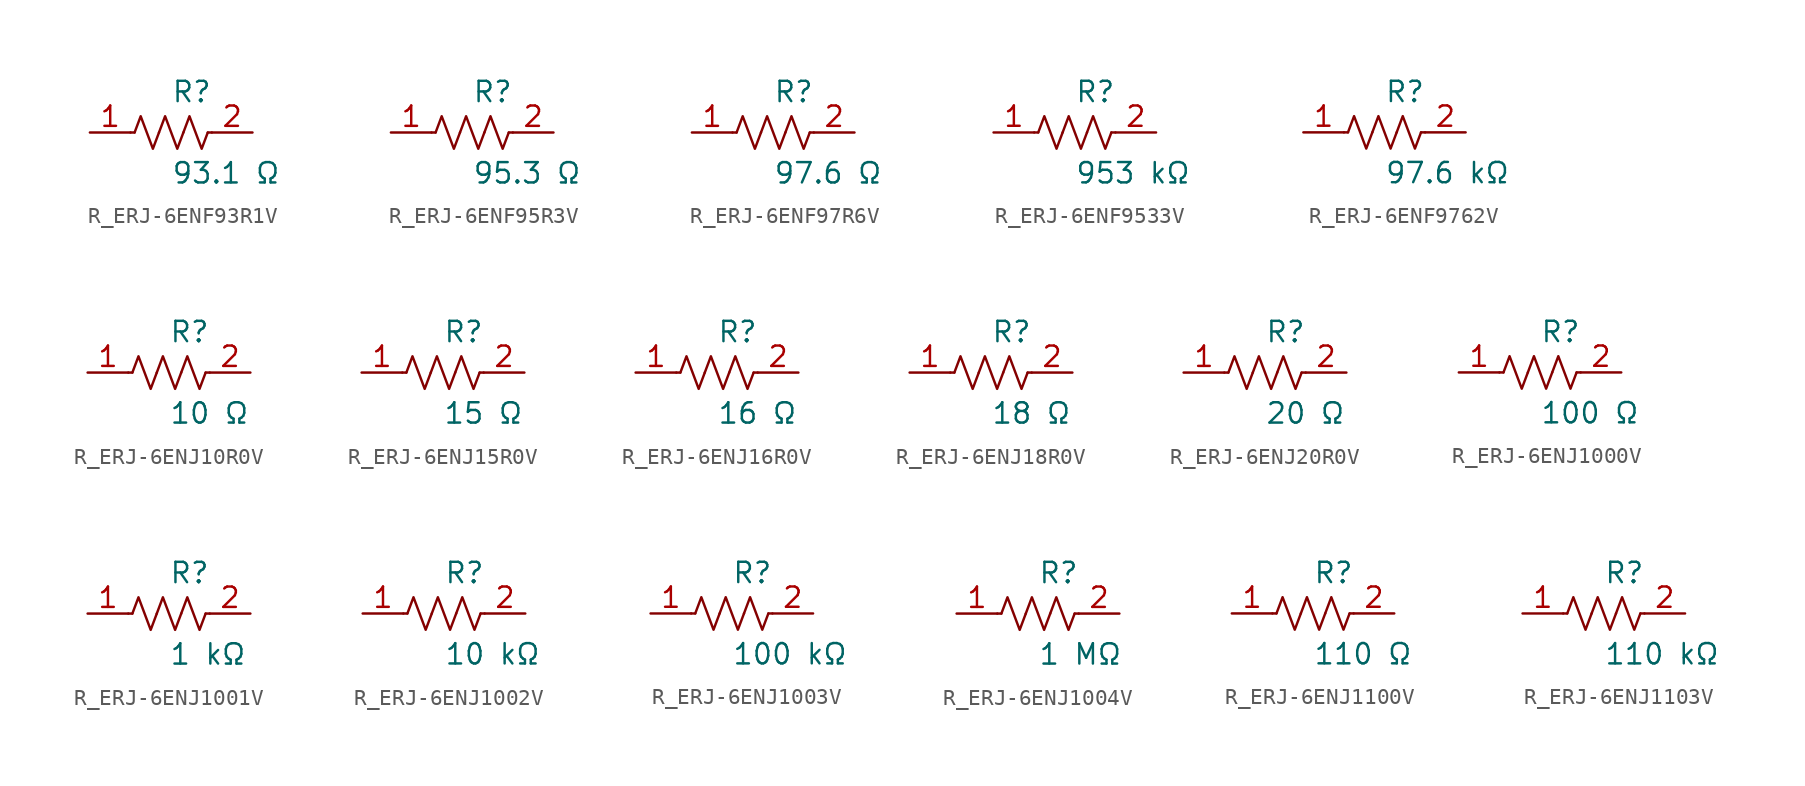
<source format=kicad_sym>
(kicad_symbol_lib
  (version 20231120)
  (generator kicad_symbol_editor)
  (generator_version 8.0)
  (symbol "R_ERJ-6ENF93R1V"
    (pin_names
      (offset 0.254))
    (property "Reference" "R"
      (at 0.0 2.54 0)
      (effects (font (size 1.27 1.27)) (justify left)))
    (property "Value" "93.1 Ω"
      (at 0.0 -2.54 0)
      (effects (font (size 1.27 1.27)) (justify left)))
    (symbol "R_ERJ-6ENF93R1V_0_1"
      (polyline (pts (xy 2.286 0) (xy 2.54 0)) (stroke (width 0) (type default)) (fill (type none)))
      (polyline (pts (xy -2.286 0) (xy -2.54 0)) (stroke (width 0) (type default)) (fill (type none)))
      (polyline (pts (xy 0.762 0) (xy 1.143 1.016) (xy 1.524 0) (xy 1.905 -1.016) (xy 2.286 0)) (stroke (width 0) (type default)) (fill (type none)))
      (polyline (pts (xy -0.762 0) (xy -0.381 1.016) (xy 0 0) (xy 0.381 -1.016) (xy 0.762 0)) (stroke (width 0) (type default)) (fill (type none)))
      (polyline (pts (xy -2.286 0) (xy -1.905 1.016) (xy -1.524 0) (xy -1.143 -1.016) (xy -0.762 0)) (stroke (width 0) (type default)) (fill (type none))))
    (pin unspecified line
      (at -5.08 0 0)
      (length 2.54)
      (name "" (effects (font (size 1.27 1.27))))
      (number "1" (effects (font (size 1.27 1.27)))))
    (pin unspecified line
      (at 5.08 0 180)
      (length 2.54)
      (name "" (effects (font (size 1.27 1.27))))
      (number "2" (effects (font (size 1.27 1.27))))))
  (symbol "R_ERJ-6ENF95R3V"
    (pin_names
      (offset 0.254))
    (property "Reference" "R"
      (at 0.0 2.54 0)
      (effects (font (size 1.27 1.27)) (justify left)))
    (property "Value" "95.3 Ω"
      (at 0.0 -2.54 0)
      (effects (font (size 1.27 1.27)) (justify left)))
    (symbol "R_ERJ-6ENF95R3V_0_1"
      (polyline (pts (xy 2.286 0) (xy 2.54 0)) (stroke (width 0) (type default)) (fill (type none)))
      (polyline (pts (xy -2.286 0) (xy -2.54 0)) (stroke (width 0) (type default)) (fill (type none)))
      (polyline (pts (xy 0.762 0) (xy 1.143 1.016) (xy 1.524 0) (xy 1.905 -1.016) (xy 2.286 0)) (stroke (width 0) (type default)) (fill (type none)))
      (polyline (pts (xy -0.762 0) (xy -0.381 1.016) (xy 0 0) (xy 0.381 -1.016) (xy 0.762 0)) (stroke (width 0) (type default)) (fill (type none)))
      (polyline (pts (xy -2.286 0) (xy -1.905 1.016) (xy -1.524 0) (xy -1.143 -1.016) (xy -0.762 0)) (stroke (width 0) (type default)) (fill (type none))))
    (pin unspecified line
      (at -5.08 0 0)
      (length 2.54)
      (name "" (effects (font (size 1.27 1.27))))
      (number "1" (effects (font (size 1.27 1.27)))))
    (pin unspecified line
      (at 5.08 0 180)
      (length 2.54)
      (name "" (effects (font (size 1.27 1.27))))
      (number "2" (effects (font (size 1.27 1.27))))))
  (symbol "R_ERJ-6ENF97R6V"
    (pin_names
      (offset 0.254))
    (property "Reference" "R"
      (at 0.0 2.54 0)
      (effects (font (size 1.27 1.27)) (justify left)))
    (property "Value" "97.6 Ω"
      (at 0.0 -2.54 0)
      (effects (font (size 1.27 1.27)) (justify left)))
    (symbol "R_ERJ-6ENF97R6V_0_1"
      (polyline (pts (xy 2.286 0) (xy 2.54 0)) (stroke (width 0) (type default)) (fill (type none)))
      (polyline (pts (xy -2.286 0) (xy -2.54 0)) (stroke (width 0) (type default)) (fill (type none)))
      (polyline (pts (xy 0.762 0) (xy 1.143 1.016) (xy 1.524 0) (xy 1.905 -1.016) (xy 2.286 0)) (stroke (width 0) (type default)) (fill (type none)))
      (polyline (pts (xy -0.762 0) (xy -0.381 1.016) (xy 0 0) (xy 0.381 -1.016) (xy 0.762 0)) (stroke (width 0) (type default)) (fill (type none)))
      (polyline (pts (xy -2.286 0) (xy -1.905 1.016) (xy -1.524 0) (xy -1.143 -1.016) (xy -0.762 0)) (stroke (width 0) (type default)) (fill (type none))))
    (pin unspecified line
      (at -5.08 0 0)
      (length 2.54)
      (name "" (effects (font (size 1.27 1.27))))
      (number "1" (effects (font (size 1.27 1.27)))))
    (pin unspecified line
      (at 5.08 0 180)
      (length 2.54)
      (name "" (effects (font (size 1.27 1.27))))
      (number "2" (effects (font (size 1.27 1.27))))))
  (symbol "R_ERJ-6ENF9533V"
    (pin_names
      (offset 0.254))
    (property "Reference" "R"
      (at 0.0 2.54 0)
      (effects (font (size 1.27 1.27)) (justify left)))
    (property "Value" "953 kΩ"
      (at 0.0 -2.54 0)
      (effects (font (size 1.27 1.27)) (justify left)))
    (symbol "R_ERJ-6ENF9533V_0_1"
      (polyline (pts (xy 2.286 0) (xy 2.54 0)) (stroke (width 0) (type default)) (fill (type none)))
      (polyline (pts (xy -2.286 0) (xy -2.54 0)) (stroke (width 0) (type default)) (fill (type none)))
      (polyline (pts (xy 0.762 0) (xy 1.143 1.016) (xy 1.524 0) (xy 1.905 -1.016) (xy 2.286 0)) (stroke (width 0) (type default)) (fill (type none)))
      (polyline (pts (xy -0.762 0) (xy -0.381 1.016) (xy 0 0) (xy 0.381 -1.016) (xy 0.762 0)) (stroke (width 0) (type default)) (fill (type none)))
      (polyline (pts (xy -2.286 0) (xy -1.905 1.016) (xy -1.524 0) (xy -1.143 -1.016) (xy -0.762 0)) (stroke (width 0) (type default)) (fill (type none))))
    (pin unspecified line
      (at -5.08 0 0)
      (length 2.54)
      (name "" (effects (font (size 1.27 1.27))))
      (number "1" (effects (font (size 1.27 1.27)))))
    (pin unspecified line
      (at 5.08 0 180)
      (length 2.54)
      (name "" (effects (font (size 1.27 1.27))))
      (number "2" (effects (font (size 1.27 1.27))))))
  (symbol "R_ERJ-6ENF9762V"
    (pin_names
      (offset 0.254))
    (property "Reference" "R"
      (at 0.0 2.54 0)
      (effects (font (size 1.27 1.27)) (justify left)))
    (property "Value" "97.6 kΩ"
      (at 0.0 -2.54 0)
      (effects (font (size 1.27 1.27)) (justify left)))
    (symbol "R_ERJ-6ENF9762V_0_1"
      (polyline (pts (xy 2.286 0) (xy 2.54 0)) (stroke (width 0) (type default)) (fill (type none)))
      (polyline (pts (xy -2.286 0) (xy -2.54 0)) (stroke (width 0) (type default)) (fill (type none)))
      (polyline (pts (xy 0.762 0) (xy 1.143 1.016) (xy 1.524 0) (xy 1.905 -1.016) (xy 2.286 0)) (stroke (width 0) (type default)) (fill (type none)))
      (polyline (pts (xy -0.762 0) (xy -0.381 1.016) (xy 0 0) (xy 0.381 -1.016) (xy 0.762 0)) (stroke (width 0) (type default)) (fill (type none)))
      (polyline (pts (xy -2.286 0) (xy -1.905 1.016) (xy -1.524 0) (xy -1.143 -1.016) (xy -0.762 0)) (stroke (width 0) (type default)) (fill (type none))))
    (pin unspecified line
      (at -5.08 0 0)
      (length 2.54)
      (name "" (effects (font (size 1.27 1.27))))
      (number "1" (effects (font (size 1.27 1.27)))))
    (pin unspecified line
      (at 5.08 0 180)
      (length 2.54)
      (name "" (effects (font (size 1.27 1.27))))
      (number "2" (effects (font (size 1.27 1.27))))))
  (symbol "R_ERJ-6ENJ10R0V"
    (pin_names
      (offset 0.254))
    (property "Reference" "R"
      (at 0.0 2.54 0)
      (effects (font (size 1.27 1.27)) (justify left)))
    (property "Value" "10 Ω"
      (at 0.0 -2.54 0)
      (effects (font (size 1.27 1.27)) (justify left)))
    (symbol "R_ERJ-6ENJ10R0V_0_1"
      (polyline (pts (xy 2.286 0) (xy 2.54 0)) (stroke (width 0) (type default)) (fill (type none)))
      (polyline (pts (xy -2.286 0) (xy -2.54 0)) (stroke (width 0) (type default)) (fill (type none)))
      (polyline (pts (xy 0.762 0) (xy 1.143 1.016) (xy 1.524 0) (xy 1.905 -1.016) (xy 2.286 0)) (stroke (width 0) (type default)) (fill (type none)))
      (polyline (pts (xy -0.762 0) (xy -0.381 1.016) (xy 0 0) (xy 0.381 -1.016) (xy 0.762 0)) (stroke (width 0) (type default)) (fill (type none)))
      (polyline (pts (xy -2.286 0) (xy -1.905 1.016) (xy -1.524 0) (xy -1.143 -1.016) (xy -0.762 0)) (stroke (width 0) (type default)) (fill (type none))))
    (pin unspecified line
      (at -5.08 0 0)
      (length 2.54)
      (name "" (effects (font (size 1.27 1.27))))
      (number "1" (effects (font (size 1.27 1.27)))))
    (pin unspecified line
      (at 5.08 0 180)
      (length 2.54)
      (name "" (effects (font (size 1.27 1.27))))
      (number "2" (effects (font (size 1.27 1.27))))))
  (symbol "R_ERJ-6ENJ15R0V"
    (pin_names
      (offset 0.254))
    (property "Reference" "R"
      (at 0.0 2.54 0)
      (effects (font (size 1.27 1.27)) (justify left)))
    (property "Value" "15 Ω"
      (at 0.0 -2.54 0)
      (effects (font (size 1.27 1.27)) (justify left)))
    (symbol "R_ERJ-6ENJ15R0V_0_1"
      (polyline (pts (xy 2.286 0) (xy 2.54 0)) (stroke (width 0) (type default)) (fill (type none)))
      (polyline (pts (xy -2.286 0) (xy -2.54 0)) (stroke (width 0) (type default)) (fill (type none)))
      (polyline (pts (xy 0.762 0) (xy 1.143 1.016) (xy 1.524 0) (xy 1.905 -1.016) (xy 2.286 0)) (stroke (width 0) (type default)) (fill (type none)))
      (polyline (pts (xy -0.762 0) (xy -0.381 1.016) (xy 0 0) (xy 0.381 -1.016) (xy 0.762 0)) (stroke (width 0) (type default)) (fill (type none)))
      (polyline (pts (xy -2.286 0) (xy -1.905 1.016) (xy -1.524 0) (xy -1.143 -1.016) (xy -0.762 0)) (stroke (width 0) (type default)) (fill (type none))))
    (pin unspecified line
      (at -5.08 0 0)
      (length 2.54)
      (name "" (effects (font (size 1.27 1.27))))
      (number "1" (effects (font (size 1.27 1.27)))))
    (pin unspecified line
      (at 5.08 0 180)
      (length 2.54)
      (name "" (effects (font (size 1.27 1.27))))
      (number "2" (effects (font (size 1.27 1.27))))))
  (symbol "R_ERJ-6ENJ16R0V"
    (pin_names
      (offset 0.254))
    (property "Reference" "R"
      (at 0.0 2.54 0)
      (effects (font (size 1.27 1.27)) (justify left)))
    (property "Value" "16 Ω"
      (at 0.0 -2.54 0)
      (effects (font (size 1.27 1.27)) (justify left)))
    (symbol "R_ERJ-6ENJ16R0V_0_1"
      (polyline (pts (xy 2.286 0) (xy 2.54 0)) (stroke (width 0) (type default)) (fill (type none)))
      (polyline (pts (xy -2.286 0) (xy -2.54 0)) (stroke (width 0) (type default)) (fill (type none)))
      (polyline (pts (xy 0.762 0) (xy 1.143 1.016) (xy 1.524 0) (xy 1.905 -1.016) (xy 2.286 0)) (stroke (width 0) (type default)) (fill (type none)))
      (polyline (pts (xy -0.762 0) (xy -0.381 1.016) (xy 0 0) (xy 0.381 -1.016) (xy 0.762 0)) (stroke (width 0) (type default)) (fill (type none)))
      (polyline (pts (xy -2.286 0) (xy -1.905 1.016) (xy -1.524 0) (xy -1.143 -1.016) (xy -0.762 0)) (stroke (width 0) (type default)) (fill (type none))))
    (pin unspecified line
      (at -5.08 0 0)
      (length 2.54)
      (name "" (effects (font (size 1.27 1.27))))
      (number "1" (effects (font (size 1.27 1.27)))))
    (pin unspecified line
      (at 5.08 0 180)
      (length 2.54)
      (name "" (effects (font (size 1.27 1.27))))
      (number "2" (effects (font (size 1.27 1.27))))))
  (symbol "R_ERJ-6ENJ18R0V"
    (pin_names
      (offset 0.254))
    (property "Reference" "R"
      (at 0.0 2.54 0)
      (effects (font (size 1.27 1.27)) (justify left)))
    (property "Value" "18 Ω"
      (at 0.0 -2.54 0)
      (effects (font (size 1.27 1.27)) (justify left)))
    (symbol "R_ERJ-6ENJ18R0V_0_1"
      (polyline (pts (xy 2.286 0) (xy 2.54 0)) (stroke (width 0) (type default)) (fill (type none)))
      (polyline (pts (xy -2.286 0) (xy -2.54 0)) (stroke (width 0) (type default)) (fill (type none)))
      (polyline (pts (xy 0.762 0) (xy 1.143 1.016) (xy 1.524 0) (xy 1.905 -1.016) (xy 2.286 0)) (stroke (width 0) (type default)) (fill (type none)))
      (polyline (pts (xy -0.762 0) (xy -0.381 1.016) (xy 0 0) (xy 0.381 -1.016) (xy 0.762 0)) (stroke (width 0) (type default)) (fill (type none)))
      (polyline (pts (xy -2.286 0) (xy -1.905 1.016) (xy -1.524 0) (xy -1.143 -1.016) (xy -0.762 0)) (stroke (width 0) (type default)) (fill (type none))))
    (pin unspecified line
      (at -5.08 0 0)
      (length 2.54)
      (name "" (effects (font (size 1.27 1.27))))
      (number "1" (effects (font (size 1.27 1.27)))))
    (pin unspecified line
      (at 5.08 0 180)
      (length 2.54)
      (name "" (effects (font (size 1.27 1.27))))
      (number "2" (effects (font (size 1.27 1.27))))))
  (symbol "R_ERJ-6ENJ20R0V"
    (pin_names
      (offset 0.254))
    (property "Reference" "R"
      (at 0.0 2.54 0)
      (effects (font (size 1.27 1.27)) (justify left)))
    (property "Value" "20 Ω"
      (at 0.0 -2.54 0)
      (effects (font (size 1.27 1.27)) (justify left)))
    (symbol "R_ERJ-6ENJ20R0V_0_1"
      (polyline (pts (xy 2.286 0) (xy 2.54 0)) (stroke (width 0) (type default)) (fill (type none)))
      (polyline (pts (xy -2.286 0) (xy -2.54 0)) (stroke (width 0) (type default)) (fill (type none)))
      (polyline (pts (xy 0.762 0) (xy 1.143 1.016) (xy 1.524 0) (xy 1.905 -1.016) (xy 2.286 0)) (stroke (width 0) (type default)) (fill (type none)))
      (polyline (pts (xy -0.762 0) (xy -0.381 1.016) (xy 0 0) (xy 0.381 -1.016) (xy 0.762 0)) (stroke (width 0) (type default)) (fill (type none)))
      (polyline (pts (xy -2.286 0) (xy -1.905 1.016) (xy -1.524 0) (xy -1.143 -1.016) (xy -0.762 0)) (stroke (width 0) (type default)) (fill (type none))))
    (pin unspecified line
      (at -5.08 0 0)
      (length 2.54)
      (name "" (effects (font (size 1.27 1.27))))
      (number "1" (effects (font (size 1.27 1.27)))))
    (pin unspecified line
      (at 5.08 0 180)
      (length 2.54)
      (name "" (effects (font (size 1.27 1.27))))
      (number "2" (effects (font (size 1.27 1.27))))))
  (symbol "R_ERJ-6ENJ1000V"
    (pin_names
      (offset 0.254))
    (property "Reference" "R"
      (at 0.0 2.54 0)
      (effects (font (size 1.27 1.27)) (justify left)))
    (property "Value" "100 Ω"
      (at 0.0 -2.54 0)
      (effects (font (size 1.27 1.27)) (justify left)))
    (symbol "R_ERJ-6ENJ1000V_0_1"
      (polyline (pts (xy 2.286 0) (xy 2.54 0)) (stroke (width 0) (type default)) (fill (type none)))
      (polyline (pts (xy -2.286 0) (xy -2.54 0)) (stroke (width 0) (type default)) (fill (type none)))
      (polyline (pts (xy 0.762 0) (xy 1.143 1.016) (xy 1.524 0) (xy 1.905 -1.016) (xy 2.286 0)) (stroke (width 0) (type default)) (fill (type none)))
      (polyline (pts (xy -0.762 0) (xy -0.381 1.016) (xy 0 0) (xy 0.381 -1.016) (xy 0.762 0)) (stroke (width 0) (type default)) (fill (type none)))
      (polyline (pts (xy -2.286 0) (xy -1.905 1.016) (xy -1.524 0) (xy -1.143 -1.016) (xy -0.762 0)) (stroke (width 0) (type default)) (fill (type none))))
    (pin unspecified line
      (at -5.08 0 0)
      (length 2.54)
      (name "" (effects (font (size 1.27 1.27))))
      (number "1" (effects (font (size 1.27 1.27)))))
    (pin unspecified line
      (at 5.08 0 180)
      (length 2.54)
      (name "" (effects (font (size 1.27 1.27))))
      (number "2" (effects (font (size 1.27 1.27))))))
  (symbol "R_ERJ-6ENJ1001V"
    (pin_names
      (offset 0.254))
    (property "Reference" "R"
      (at 0.0 2.54 0)
      (effects (font (size 1.27 1.27)) (justify left)))
    (property "Value" "1 kΩ"
      (at 0.0 -2.54 0)
      (effects (font (size 1.27 1.27)) (justify left)))
    (symbol "R_ERJ-6ENJ1001V_0_1"
      (polyline (pts (xy 2.286 0) (xy 2.54 0)) (stroke (width 0) (type default)) (fill (type none)))
      (polyline (pts (xy -2.286 0) (xy -2.54 0)) (stroke (width 0) (type default)) (fill (type none)))
      (polyline (pts (xy 0.762 0) (xy 1.143 1.016) (xy 1.524 0) (xy 1.905 -1.016) (xy 2.286 0)) (stroke (width 0) (type default)) (fill (type none)))
      (polyline (pts (xy -0.762 0) (xy -0.381 1.016) (xy 0 0) (xy 0.381 -1.016) (xy 0.762 0)) (stroke (width 0) (type default)) (fill (type none)))
      (polyline (pts (xy -2.286 0) (xy -1.905 1.016) (xy -1.524 0) (xy -1.143 -1.016) (xy -0.762 0)) (stroke (width 0) (type default)) (fill (type none))))
    (pin unspecified line
      (at -5.08 0 0)
      (length 2.54)
      (name "" (effects (font (size 1.27 1.27))))
      (number "1" (effects (font (size 1.27 1.27)))))
    (pin unspecified line
      (at 5.08 0 180)
      (length 2.54)
      (name "" (effects (font (size 1.27 1.27))))
      (number "2" (effects (font (size 1.27 1.27))))))
  (symbol "R_ERJ-6ENJ1002V"
    (pin_names
      (offset 0.254))
    (property "Reference" "R"
      (at 0.0 2.54 0)
      (effects (font (size 1.27 1.27)) (justify left)))
    (property "Value" "10 kΩ"
      (at 0.0 -2.54 0)
      (effects (font (size 1.27 1.27)) (justify left)))
    (symbol "R_ERJ-6ENJ1002V_0_1"
      (polyline (pts (xy 2.286 0) (xy 2.54 0)) (stroke (width 0) (type default)) (fill (type none)))
      (polyline (pts (xy -2.286 0) (xy -2.54 0)) (stroke (width 0) (type default)) (fill (type none)))
      (polyline (pts (xy 0.762 0) (xy 1.143 1.016) (xy 1.524 0) (xy 1.905 -1.016) (xy 2.286 0)) (stroke (width 0) (type default)) (fill (type none)))
      (polyline (pts (xy -0.762 0) (xy -0.381 1.016) (xy 0 0) (xy 0.381 -1.016) (xy 0.762 0)) (stroke (width 0) (type default)) (fill (type none)))
      (polyline (pts (xy -2.286 0) (xy -1.905 1.016) (xy -1.524 0) (xy -1.143 -1.016) (xy -0.762 0)) (stroke (width 0) (type default)) (fill (type none))))
    (pin unspecified line
      (at -5.08 0 0)
      (length 2.54)
      (name "" (effects (font (size 1.27 1.27))))
      (number "1" (effects (font (size 1.27 1.27)))))
    (pin unspecified line
      (at 5.08 0 180)
      (length 2.54)
      (name "" (effects (font (size 1.27 1.27))))
      (number "2" (effects (font (size 1.27 1.27))))))
  (symbol "R_ERJ-6ENJ1003V"
    (pin_names
      (offset 0.254))
    (property "Reference" "R"
      (at 0.0 2.54 0)
      (effects (font (size 1.27 1.27)) (justify left)))
    (property "Value" "100 kΩ"
      (at 0.0 -2.54 0)
      (effects (font (size 1.27 1.27)) (justify left)))
    (symbol "R_ERJ-6ENJ1003V_0_1"
      (polyline (pts (xy 2.286 0) (xy 2.54 0)) (stroke (width 0) (type default)) (fill (type none)))
      (polyline (pts (xy -2.286 0) (xy -2.54 0)) (stroke (width 0) (type default)) (fill (type none)))
      (polyline (pts (xy 0.762 0) (xy 1.143 1.016) (xy 1.524 0) (xy 1.905 -1.016) (xy 2.286 0)) (stroke (width 0) (type default)) (fill (type none)))
      (polyline (pts (xy -0.762 0) (xy -0.381 1.016) (xy 0 0) (xy 0.381 -1.016) (xy 0.762 0)) (stroke (width 0) (type default)) (fill (type none)))
      (polyline (pts (xy -2.286 0) (xy -1.905 1.016) (xy -1.524 0) (xy -1.143 -1.016) (xy -0.762 0)) (stroke (width 0) (type default)) (fill (type none))))
    (pin unspecified line
      (at -5.08 0 0)
      (length 2.54)
      (name "" (effects (font (size 1.27 1.27))))
      (number "1" (effects (font (size 1.27 1.27)))))
    (pin unspecified line
      (at 5.08 0 180)
      (length 2.54)
      (name "" (effects (font (size 1.27 1.27))))
      (number "2" (effects (font (size 1.27 1.27))))))
  (symbol "R_ERJ-6ENJ1004V"
    (pin_names
      (offset 0.254))
    (property "Reference" "R"
      (at 0.0 2.54 0)
      (effects (font (size 1.27 1.27)) (justify left)))
    (property "Value" "1 MΩ"
      (at 0.0 -2.54 0)
      (effects (font (size 1.27 1.27)) (justify left)))
    (symbol "R_ERJ-6ENJ1004V_0_1"
      (polyline (pts (xy 2.286 0) (xy 2.54 0)) (stroke (width 0) (type default)) (fill (type none)))
      (polyline (pts (xy -2.286 0) (xy -2.54 0)) (stroke (width 0) (type default)) (fill (type none)))
      (polyline (pts (xy 0.762 0) (xy 1.143 1.016) (xy 1.524 0) (xy 1.905 -1.016) (xy 2.286 0)) (stroke (width 0) (type default)) (fill (type none)))
      (polyline (pts (xy -0.762 0) (xy -0.381 1.016) (xy 0 0) (xy 0.381 -1.016) (xy 0.762 0)) (stroke (width 0) (type default)) (fill (type none)))
      (polyline (pts (xy -2.286 0) (xy -1.905 1.016) (xy -1.524 0) (xy -1.143 -1.016) (xy -0.762 0)) (stroke (width 0) (type default)) (fill (type none))))
    (pin unspecified line
      (at -5.08 0 0)
      (length 2.54)
      (name "" (effects (font (size 1.27 1.27))))
      (number "1" (effects (font (size 1.27 1.27)))))
    (pin unspecified line
      (at 5.08 0 180)
      (length 2.54)
      (name "" (effects (font (size 1.27 1.27))))
      (number "2" (effects (font (size 1.27 1.27))))))
  (symbol "R_ERJ-6ENJ1100V"
    (pin_names
      (offset 0.254))
    (property "Reference" "R"
      (at 0.0 2.54 0)
      (effects (font (size 1.27 1.27)) (justify left)))
    (property "Value" "110 Ω"
      (at 0.0 -2.54 0)
      (effects (font (size 1.27 1.27)) (justify left)))
    (symbol "R_ERJ-6ENJ1100V_0_1"
      (polyline (pts (xy 2.286 0) (xy 2.54 0)) (stroke (width 0) (type default)) (fill (type none)))
      (polyline (pts (xy -2.286 0) (xy -2.54 0)) (stroke (width 0) (type default)) (fill (type none)))
      (polyline (pts (xy 0.762 0) (xy 1.143 1.016) (xy 1.524 0) (xy 1.905 -1.016) (xy 2.286 0)) (stroke (width 0) (type default)) (fill (type none)))
      (polyline (pts (xy -0.762 0) (xy -0.381 1.016) (xy 0 0) (xy 0.381 -1.016) (xy 0.762 0)) (stroke (width 0) (type default)) (fill (type none)))
      (polyline (pts (xy -2.286 0) (xy -1.905 1.016) (xy -1.524 0) (xy -1.143 -1.016) (xy -0.762 0)) (stroke (width 0) (type default)) (fill (type none))))
    (pin unspecified line
      (at -5.08 0 0)
      (length 2.54)
      (name "" (effects (font (size 1.27 1.27))))
      (number "1" (effects (font (size 1.27 1.27)))))
    (pin unspecified line
      (at 5.08 0 180)
      (length 2.54)
      (name "" (effects (font (size 1.27 1.27))))
      (number "2" (effects (font (size 1.27 1.27))))))
  (symbol "R_ERJ-6ENJ1103V"
    (pin_names
      (offset 0.254))
    (property "Reference" "R"
      (at 0.0 2.54 0)
      (effects (font (size 1.27 1.27)) (justify left)))
    (property "Value" "110 kΩ"
      (at 0.0 -2.54 0)
      (effects (font (size 1.27 1.27)) (justify left)))
    (symbol "R_ERJ-6ENJ1103V_0_1"
      (polyline (pts (xy 2.286 0) (xy 2.54 0)) (stroke (width 0) (type default)) (fill (type none)))
      (polyline (pts (xy -2.286 0) (xy -2.54 0)) (stroke (width 0) (type default)) (fill (type none)))
      (polyline (pts (xy 0.762 0) (xy 1.143 1.016) (xy 1.524 0) (xy 1.905 -1.016) (xy 2.286 0)) (stroke (width 0) (type default)) (fill (type none)))
      (polyline (pts (xy -0.762 0) (xy -0.381 1.016) (xy 0 0) (xy 0.381 -1.016) (xy 0.762 0)) (stroke (width 0) (type default)) (fill (type none)))
      (polyline (pts (xy -2.286 0) (xy -1.905 1.016) (xy -1.524 0) (xy -1.143 -1.016) (xy -0.762 0)) (stroke (width 0) (type default)) (fill (type none))))
    (pin unspecified line
      (at -5.08 0 0)
      (length 2.54)
      (name "" (effects (font (size 1.27 1.27))))
      (number "1" (effects (font (size 1.27 1.27)))))
    (pin unspecified line
      (at 5.08 0 180)
      (length 2.54)
      (name "" (effects (font (size 1.27 1.27))))
      (number "2" (effects (font (size 1.27 1.27)))))))
</source>
